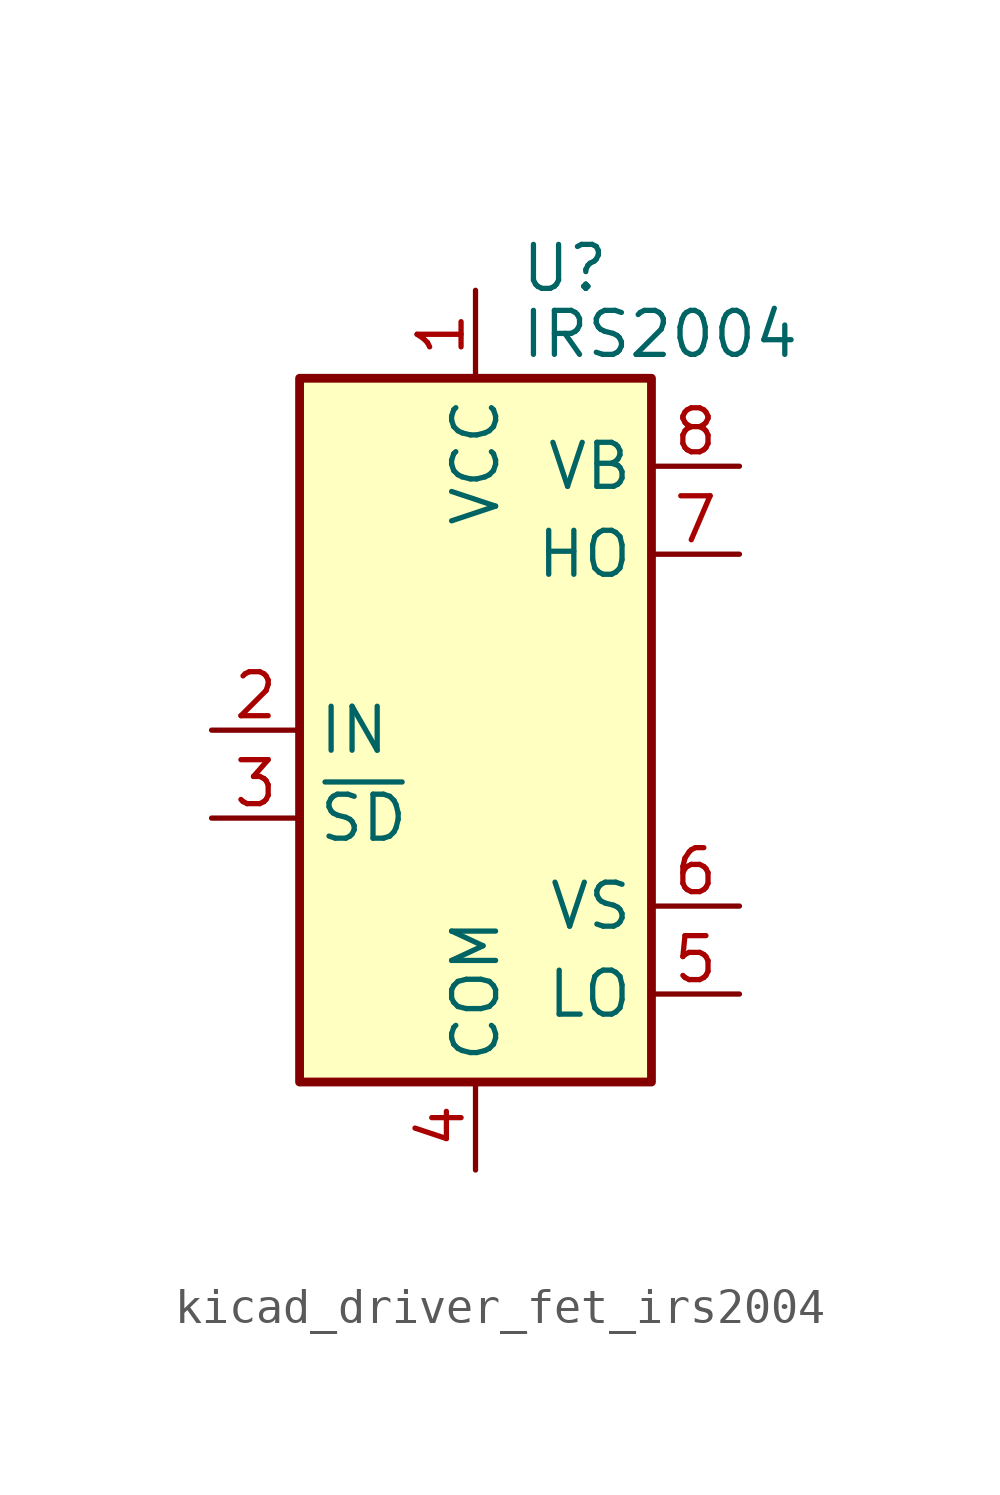
<source format=kicad_sym>
(kicad_symbol_lib
  (version 20220914)
  (generator kicad_symbol_editor)
  (symbol "kicad_driver_fet_irs2004"
    (property "Reference" "U"
      (at 1.27 13.335 0)
      (effects (font (size 1.27 1.27)) (justify left)))
    (property "Value" "IRS2004"
      (at 1.27 11.43 0)
      (effects (font (size 1.27 1.27)) (justify left)))
    (symbol "kicad_driver_fet_irs2004_0_1"
      (rectangle (start -5.08 -10.16) (end 5.08 10.16) (stroke (width 0.254) (type default)) (fill (type background))))
    (symbol "kicad_driver_fet_irs2004_1_1"
      (pin power_in line (at 0 12.7 270) (length 2.54) (name "VCC" (effects (font (size 1.27 1.27)))) (number "1" (effects (font (size 1.27 1.27)))))
      (pin input line (at -7.62 0 0) (length 2.54) (name "IN" (effects (font (size 1.27 1.27)))) (number "2" (effects (font (size 1.27 1.27)))))
      (pin input line (at -7.62 -2.54 0) (length 2.54) (name "~{SD}" (effects (font (size 1.27 1.27)))) (number "3" (effects (font (size 1.27 1.27)))))
      (pin power_in line (at 0 -12.7 90) (length 2.54) (name "COM" (effects (font (size 1.27 1.27)))) (number "4" (effects (font (size 1.27 1.27)))))
      (pin output line (at 7.62 -7.62 180) (length 2.54) (name "LO" (effects (font (size 1.27 1.27)))) (number "5" (effects (font (size 1.27 1.27)))))
      (pin passive line (at 7.62 -5.08 180) (length 2.54) (name "VS" (effects (font (size 1.27 1.27)))) (number "6" (effects (font (size 1.27 1.27)))))
      (pin output line (at 7.62 5.08 180) (length 2.54) (name "HO" (effects (font (size 1.27 1.27)))) (number "7" (effects (font (size 1.27 1.27)))))
      (pin passive line (at 7.62 7.62 180) (length 2.54) (name "VB" (effects (font (size 1.27 1.27)))) (number "8" (effects (font (size 1.27 1.27))))))))
</source>
